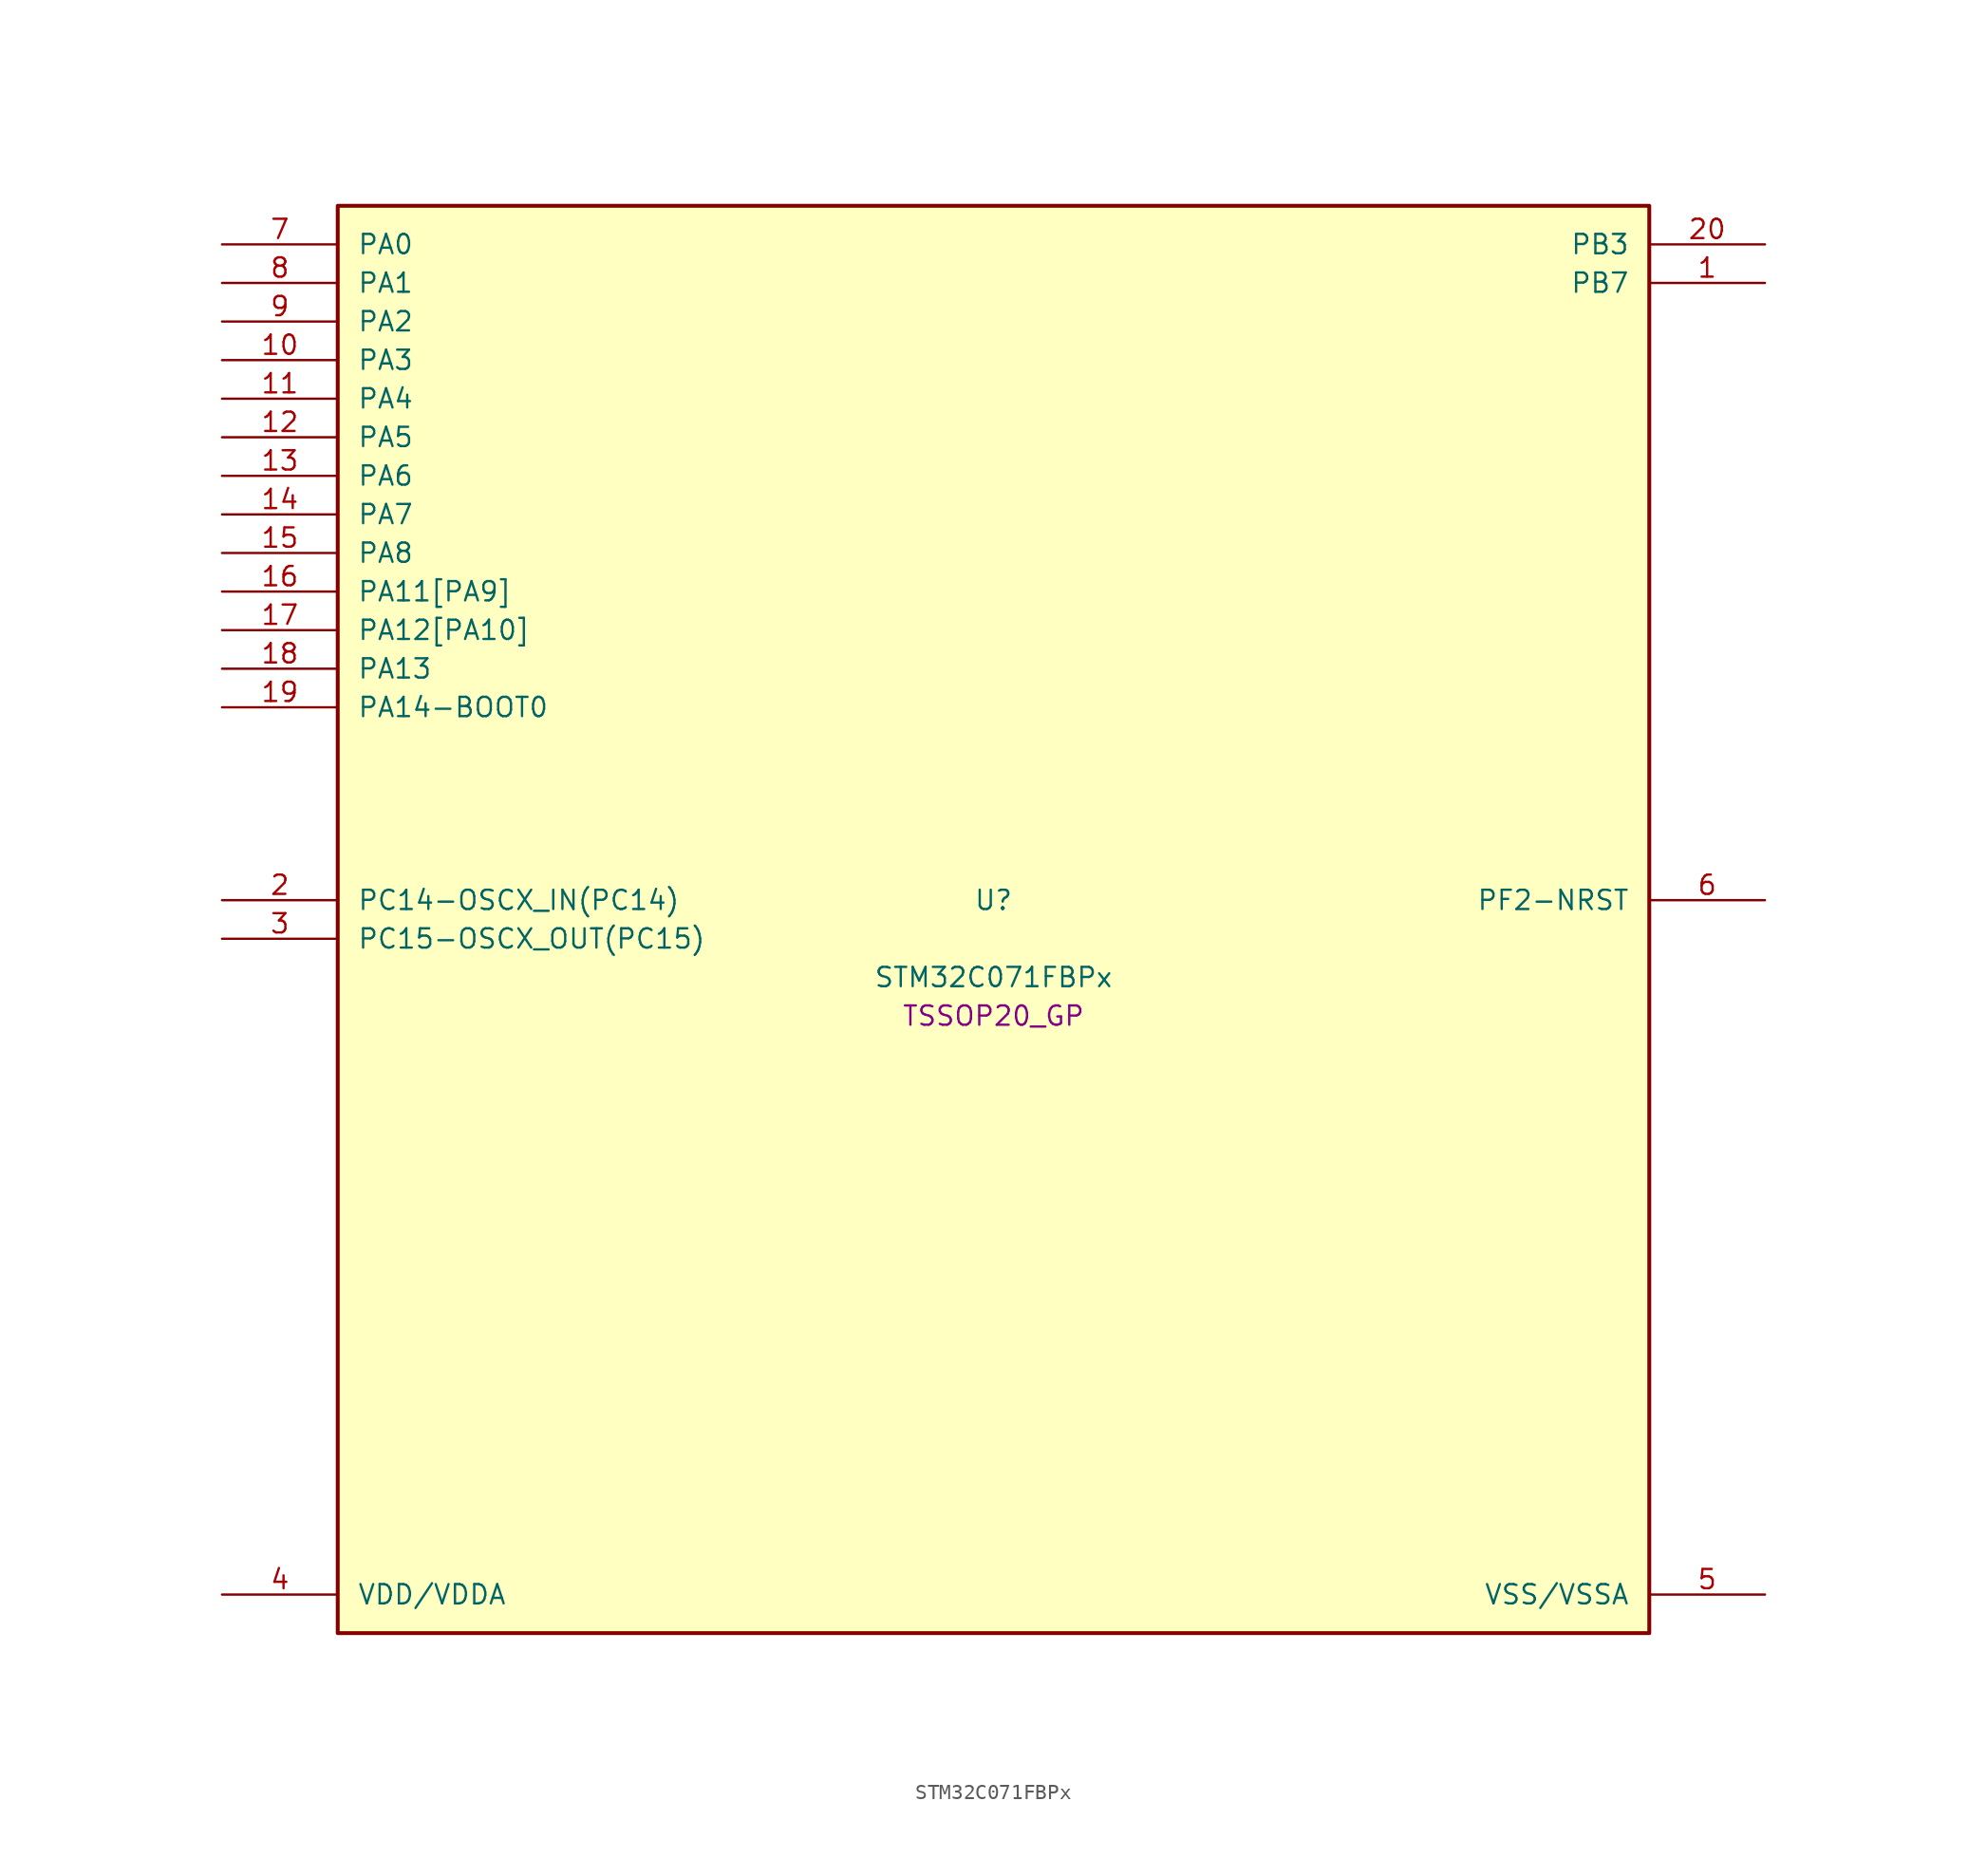
<source format=kicad_sym>
(kicad_symbol_lib
  (version 20241209)
  (generator "stm32_pkl_generator")
  (generator_version "1.0")
  (symbol "STM32C071FBPx"
    (pin_names
      (offset 1.27))
    (property "Reference" "U"
      (at 0 2.54 0))
    (property "Value" "STM32C071FBPx"
      (at 0 -2.54 0))
    (property "Footprint" "TSSOP20_GP"
      (at 0 -5.08 0))
    (symbol "STM32C071FBPx_1_1"
      (rectangle (start -43.18 48.26) (end 43.18 -45.72) (stroke (width 0.254) (type solid)) (fill (type background)))
      (pin bidirectional line (at -50.8 45.72 0) (length 7.62) (name "PA0") (number "7") (alternate "PA0/ADC1_IN0" bidirectional line) (alternate "PA0/PWR_WKUP1" bidirectional line) (alternate "PA0/SPI2_SCK" bidirectional line) (alternate "PA0/TIM16_CH1" bidirectional line) (alternate "PA0/TIM1_CH1" bidirectional line) (alternate "PA0/TIM2_CH1" bidirectional line) (alternate "PA0/TIM2_ETR" bidirectional line) (alternate "PA0/USART1_TX" bidirectional line) (alternate "PA0/USART2_CTS" bidirectional line) (alternate "PA0/USART2_NSS" bidirectional line))
      (pin bidirectional line (at -50.8 43.18 0) (length 7.62) (name "PA1") (number "8") (alternate "PA1/ADC1_IN1" bidirectional line) (alternate "PA1/I2C1_SMBA" bidirectional line) (alternate "PA1/I2S1_CK" bidirectional line) (alternate "PA1/SPI1_SCK" bidirectional line) (alternate "PA1/TIM17_CH1" bidirectional line) (alternate "PA1/TIM1_CH2" bidirectional line) (alternate "PA1/TIM2_CH2" bidirectional line) (alternate "PA1/USART1_RX" bidirectional line) (alternate "PA1/USART2_CK" bidirectional line) (alternate "PA1/USART2_DE" bidirectional line) (alternate "PA1/USART2_RTS" bidirectional line))
      (pin bidirectional line (at -50.8 40.64 0) (length 7.62) (name "PA2") (number "9") (alternate "PA2/ADC1_IN2" bidirectional line) (alternate "PA2/I2S1_SD" bidirectional line) (alternate "PA2/PWR_WKUP4" bidirectional line) (alternate "PA2/RCC_LSCO" bidirectional line) (alternate "PA2/SPI1_MOSI" bidirectional line) (alternate "PA2/TIM16_CH1N" bidirectional line) (alternate "PA2/TIM1_CH3" bidirectional line) (alternate "PA2/TIM2_CH3" bidirectional line) (alternate "PA2/TIM3_ETR" bidirectional line) (alternate "PA2/USART2_TX" bidirectional line))
      (pin bidirectional line (at -50.8 38.1 0) (length 7.62) (name "PA3") (number "10") (alternate "PA3/ADC1_IN3" bidirectional line) (alternate "PA3/SPI2_MISO" bidirectional line) (alternate "PA3/TIM1_CH1N" bidirectional line) (alternate "PA3/TIM1_CH4" bidirectional line) (alternate "PA3/TIM2_CH4" bidirectional line) (alternate "PA3/USART2_RX" bidirectional line))
      (pin bidirectional line (at -50.8 35.56 0) (length 7.62) (name "PA4") (number "11") (alternate "PA4/ADC1_IN4" bidirectional line) (alternate "PA4/I2S1_WS" bidirectional line) (alternate "PA4/PWR_WKUP2" bidirectional line) (alternate "PA4/RTC_OUT1" bidirectional line) (alternate "PA4/RTC_TS" bidirectional line) (alternate "PA4/SPI1_NSS" bidirectional line) (alternate "PA4/SPI2_MOSI" bidirectional line) (alternate "PA4/TIM14_CH1" bidirectional line) (alternate "PA4/TIM17_CH1N" bidirectional line) (alternate "PA4/TIM1_CH2N" bidirectional line) (alternate "PA4/USART2_TX" bidirectional line) (alternate "PA4/USB_NOE" bidirectional line))
      (pin bidirectional line (at -50.8 33.02 0) (length 7.62) (name "PA5") (number "12") (alternate "PA5/ADC1_IN5" bidirectional line) (alternate "PA5/I2S1_CK" bidirectional line) (alternate "PA5/SPI1_SCK" bidirectional line) (alternate "PA5/TIM1_CH1" bidirectional line) (alternate "PA5/TIM1_CH3N" bidirectional line) (alternate "PA5/TIM2_CH1" bidirectional line) (alternate "PA5/TIM2_ETR" bidirectional line) (alternate "PA5/USART2_RX" bidirectional line))
      (pin bidirectional line (at -50.8 30.48 0) (length 7.62) (name "PA6") (number "13") (alternate "PA6/ADC1_IN6" bidirectional line) (alternate "PA6/I2C2_SDA" bidirectional line) (alternate "PA6/I2S1_MCK" bidirectional line) (alternate "PA6/SPI1_MISO" bidirectional line) (alternate "PA6/TIM16_CH1" bidirectional line) (alternate "PA6/TIM1_BKIN" bidirectional line) (alternate "PA6/TIM3_CH1" bidirectional line))
      (pin bidirectional line (at -50.8 27.94 0) (length 7.62) (name "PA7") (number "14") (alternate "PA7/ADC1_IN7" bidirectional line) (alternate "PA7/I2C2_SCL" bidirectional line) (alternate "PA7/I2S1_SD" bidirectional line) (alternate "PA7/SPI1_MOSI" bidirectional line) (alternate "PA7/TIM14_CH1" bidirectional line) (alternate "PA7/TIM17_CH1" bidirectional line) (alternate "PA7/TIM1_CH1N" bidirectional line) (alternate "PA7/TIM3_CH2" bidirectional line))
      (pin bidirectional line (at -50.8 25.4 0) (length 7.62) (name "PA8") (number "15") (alternate "PA8/ADC1_IN8" bidirectional line) (alternate "PA8/CRS_SYNC" bidirectional line) (alternate "PA8/I2S1_WS" bidirectional line) (alternate "PA8/RCC_MCO" bidirectional line) (alternate "PA8/RCC_MCO_2" bidirectional line) (alternate "PA8/SPI1_NSS" bidirectional line) (alternate "PA8/SPI2_MISO" bidirectional line) (alternate "PA8/SPI2_NSS" bidirectional line) (alternate "PA8/TIM14_CH1" bidirectional line) (alternate "PA8/TIM1_CH1" bidirectional line) (alternate "PA8/TIM1_CH2N" bidirectional line) (alternate "PA8/TIM1_CH3N" bidirectional line) (alternate "PA8/TIM3_CH3" bidirectional line) (alternate "PA8/TIM3_CH4" bidirectional line) (alternate "PA8/USART1_RX" bidirectional line) (alternate "PA8/USART2_TX" bidirectional line))
      (pin bidirectional line (at -50.8 22.86 0) (length 7.62) (name "PA11[PA9]") (number "16") (alternate "PA11[PA9]/ADC1_EXTI11" bidirectional line) (alternate "PA11[PA9]/I2C2_SCL" bidirectional line) (alternate "PA11[PA9]/I2S1_MCK" bidirectional line) (alternate "PA11[PA9]/SPI1_MISO" bidirectional line) (alternate "PA11[PA9]/TIM1_BKIN2" bidirectional line) (alternate "PA11[PA9]/TIM1_CH4" bidirectional line) (alternate "PA11[PA9]/USART1_CTS" bidirectional line) (alternate "PA11[PA9]/USART1_NSS" bidirectional line) (alternate "PA11[PA9]/USB_DM" bidirectional line) (alternate "PA11[PA9]/PA9[PA11]" bidirectional line) (alternate "PA11[PA9]/I2C1_SCL" bidirectional line) (alternate "PA11[PA9]/RCC_MCO" bidirectional line) (alternate "PA11[PA9]/SPI2_MISO" bidirectional line) (alternate "PA11[PA9]/TIM1_CH2" bidirectional line) (alternate "PA11[PA9]/TIM3_ETR" bidirectional line) (alternate "PA11[PA9]/USART1_TX" bidirectional line))
      (pin bidirectional line (at -50.8 20.32 0) (length 7.62) (name "PA12[PA10]") (number "17") (alternate "PA12[PA10]/I2C2_SDA" bidirectional line) (alternate "PA12[PA10]/I2S1_SD" bidirectional line) (alternate "PA12[PA10]/I2S_CKIN" bidirectional line) (alternate "PA12[PA10]/SPI1_MOSI" bidirectional line) (alternate "PA12[PA10]/TIM1_ETR" bidirectional line) (alternate "PA12[PA10]/USART1_CK" bidirectional line) (alternate "PA12[PA10]/USART1_DE" bidirectional line) (alternate "PA12[PA10]/USART1_RTS" bidirectional line) (alternate "PA12[PA10]/USB_DP" bidirectional line) (alternate "PA12[PA10]/PA10[PA12]" bidirectional line) (alternate "PA12[PA10]/I2C1_SDA" bidirectional line) (alternate "PA12[PA10]/RCC_MCO_2" bidirectional line) (alternate "PA12[PA10]/SPI2_MOSI" bidirectional line) (alternate "PA12[PA10]/TIM17_BKIN" bidirectional line) (alternate "PA12[PA10]/TIM1_CH3" bidirectional line) (alternate "PA12[PA10]/USART1_RX" bidirectional line))
      (pin bidirectional line (at -50.8 17.78 0) (length 7.62) (name "PA13") (number "18") (alternate "PA13/ADC1_IN13" bidirectional line) (alternate "PA13/DEBUG_SWDIO" bidirectional line) (alternate "PA13/IR_OUT" bidirectional line) (alternate "PA13/TIM3_ETR" bidirectional line) (alternate "PA13/USART2_RX" bidirectional line) (alternate "PA13/USB_NOE" bidirectional line))
      (pin bidirectional line (at -50.8 15.24 0) (length 7.62) (name "PA14-BOOT0") (number "19") (alternate "PA14-BOOT0/ADC1_IN14" bidirectional line) (alternate "PA14-BOOT0/DEBUG_SWCLK" bidirectional line) (alternate "PA14-BOOT0/I2S1_WS" bidirectional line) (alternate "PA14-BOOT0/RCC_MCO_2" bidirectional line) (alternate "PA14-BOOT0/SPI1_NSS" bidirectional line) (alternate "PA14-BOOT0/TIM1_CH1" bidirectional line) (alternate "PA14-BOOT0/USART1_CK" bidirectional line) (alternate "PA14-BOOT0/USART1_DE" bidirectional line) (alternate "PA14-BOOT0/USART1_RTS" bidirectional line) (alternate "PA14-BOOT0/USART2_RX" bidirectional line) (alternate "PA14-BOOT0/USART2_TX" bidirectional line) (alternate "PA14-BOOT0/PA15" bidirectional line) (alternate "PA14-BOOT0/TIM2_CH1" bidirectional line) (alternate "PA14-BOOT0/TIM2_ETR" bidirectional line) (alternate "PA14-BOOT0/USB_NOE" bidirectional line))
      (pin bidirectional line (at 50.8 45.72 180) (length 7.62) (name "PB3") (number "20") (alternate "PB3/I2C2_SCL" bidirectional line) (alternate "PB3/I2S1_CK" bidirectional line) (alternate "PB3/SPI1_SCK" bidirectional line) (alternate "PB3/TIM1_CH2" bidirectional line) (alternate "PB3/TIM2_CH2" bidirectional line) (alternate "PB3/TIM3_CH2" bidirectional line) (alternate "PB3/USART1_CK" bidirectional line) (alternate "PB3/USART1_DE" bidirectional line) (alternate "PB3/USART1_RTS" bidirectional line) (alternate "PB3/PB4" bidirectional line) (alternate "PB3/I2C2_SDA" bidirectional line) (alternate "PB3/I2S1_MCK" bidirectional line) (alternate "PB3/SPI1_MISO" bidirectional line) (alternate "PB3/TIM17_BKIN" bidirectional line) (alternate "PB3/TIM3_CH1" bidirectional line) (alternate "PB3/USART1_CTS" bidirectional line) (alternate "PB3/USART1_NSS" bidirectional line) (alternate "PB3/PB5" bidirectional line) (alternate "PB3/I2C1_SMBA" bidirectional line) (alternate "PB3/I2S1_SD" bidirectional line) (alternate "PB3/PWR_WKUP6" bidirectional line) (alternate "PB3/SPI1_MOSI" bidirectional line) (alternate "PB3/TIM16_BKIN" bidirectional line) (alternate "PB3/TIM3_CH3" bidirectional line) (alternate "PB3/PB6" bidirectional line) (alternate "PB3/I2C1_SCL" bidirectional line) (alternate "PB3/PWR_WKUP3" bidirectional line) (alternate "PB3/SPI2_MISO" bidirectional line) (alternate "PB3/TIM16_CH1N" bidirectional line) (alternate "PB3/TIM1_CH3" bidirectional line) (alternate "PB3/USART1_TX" bidirectional line))
      (pin bidirectional line (at 50.8 43.18 180) (length 7.62) (name "PB7") (number "1") (alternate "PB7/I2C1_SCL" bidirectional line) (alternate "PB7/I2C1_SDA" bidirectional line) (alternate "PB7/RTC_REFIN" bidirectional line) (alternate "PB7/SPI2_MOSI" bidirectional line) (alternate "PB7/TIM16_CH1" bidirectional line) (alternate "PB7/TIM17_CH1N" bidirectional line) (alternate "PB7/TIM1_CH4" bidirectional line) (alternate "PB7/TIM3_CH1" bidirectional line) (alternate "PB7/TIM3_CH4" bidirectional line) (alternate "PB7/USART1_RX" bidirectional line) (alternate "PB7/USART2_CTS" bidirectional line) (alternate "PB7/USART2_NSS" bidirectional line) (alternate "PB7/PB8" bidirectional line) (alternate "PB7/SPI2_SCK" bidirectional line))
      (pin bidirectional line (at -50.8 2.54 0) (length 7.62) (name "PC14-OSCX_IN(PC14)") (number "2") (alternate "PC14-OSCX_IN(PC14)/I2C1_SDA" bidirectional line) (alternate "PC14-OSCX_IN(PC14)/IR_OUT" bidirectional line) (alternate "PC14-OSCX_IN(PC14)/RCC_OSCX_IN" bidirectional line) (alternate "PC14-OSCX_IN(PC14)/SPI2_NSS" bidirectional line) (alternate "PC14-OSCX_IN(PC14)/TIM17_CH1" bidirectional line) (alternate "PC14-OSCX_IN(PC14)/TIM1_BKIN2" bidirectional line) (alternate "PC14-OSCX_IN(PC14)/TIM1_ETR" bidirectional line) (alternate "PC14-OSCX_IN(PC14)/TIM3_CH2" bidirectional line) (alternate "PC14-OSCX_IN(PC14)/USART1_TX" bidirectional line) (alternate "PC14-OSCX_IN(PC14)/USART2_CK" bidirectional line) (alternate "PC14-OSCX_IN(PC14)/USART2_DE" bidirectional line) (alternate "PC14-OSCX_IN(PC14)/USART2_RTS" bidirectional line))
      (pin bidirectional line (at -50.8 0 0) (length 7.62) (name "PC15-OSCX_OUT(PC15)") (number "3") (alternate "PC15-OSCX_OUT(PC15)/RCC_OSC32_EN" bidirectional line) (alternate "PC15-OSCX_OUT(PC15)/RCC_OSCX_OUT" bidirectional line) (alternate "PC15-OSCX_OUT(PC15)/RCC_OSC_EN" bidirectional line) (alternate "PC15-OSCX_OUT(PC15)/TIM1_ETR" bidirectional line) (alternate "PC15-OSCX_OUT(PC15)/TIM3_CH3" bidirectional line))
      (pin bidirectional line (at 50.8 2.54 180) (length 7.62) (name "PF2-NRST") (number "6") (alternate "PF2-NRST/RCC_MCO" bidirectional line) (alternate "PF2-NRST/TIM1_CH4" bidirectional line))
      (pin power_in line (at -50.8 -43.18 0) (length 7.62) (name "VDD/VDDA") (number "4"))
      (pin power_in line (at 50.8 -43.18 180) (length 7.62) (name "VSS/VSSA") (number "5")))))
</source>
